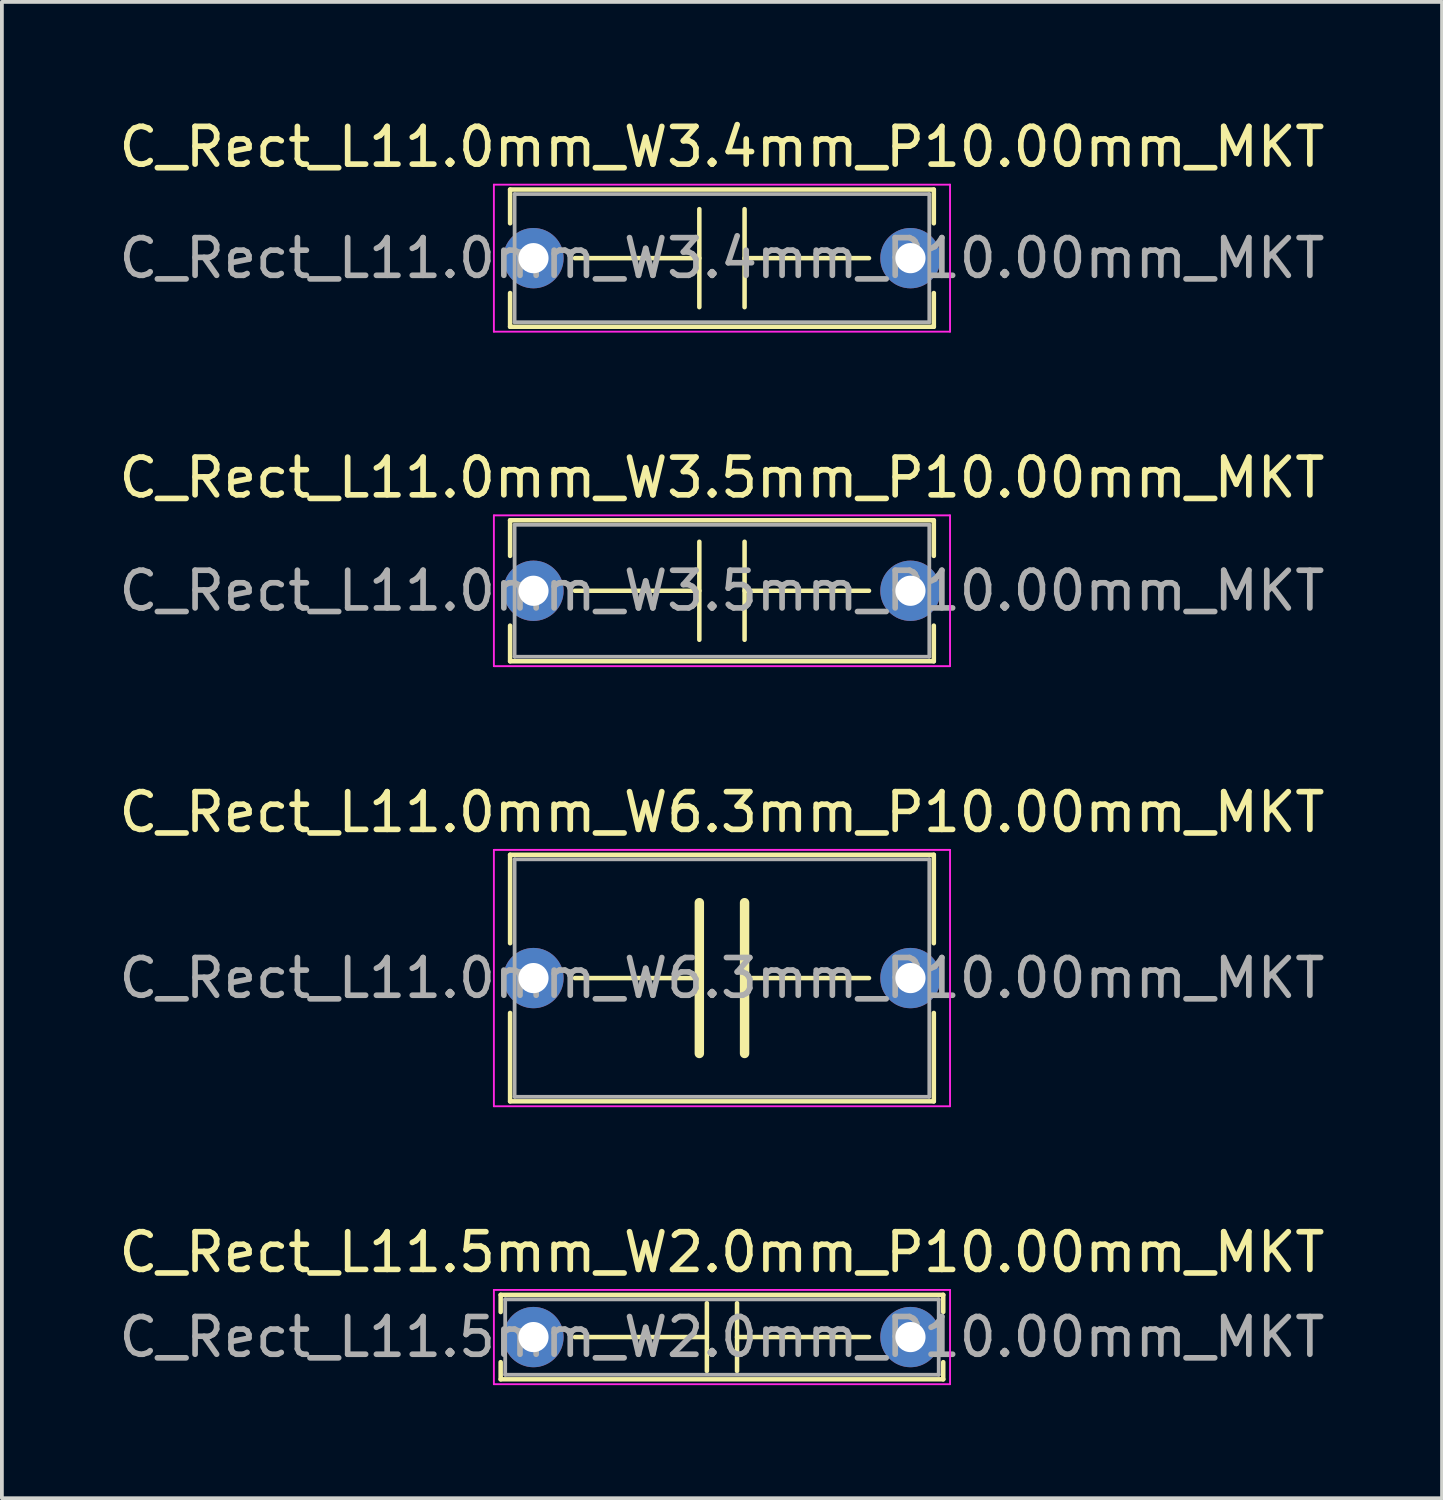
<source format=kicad_pcb>
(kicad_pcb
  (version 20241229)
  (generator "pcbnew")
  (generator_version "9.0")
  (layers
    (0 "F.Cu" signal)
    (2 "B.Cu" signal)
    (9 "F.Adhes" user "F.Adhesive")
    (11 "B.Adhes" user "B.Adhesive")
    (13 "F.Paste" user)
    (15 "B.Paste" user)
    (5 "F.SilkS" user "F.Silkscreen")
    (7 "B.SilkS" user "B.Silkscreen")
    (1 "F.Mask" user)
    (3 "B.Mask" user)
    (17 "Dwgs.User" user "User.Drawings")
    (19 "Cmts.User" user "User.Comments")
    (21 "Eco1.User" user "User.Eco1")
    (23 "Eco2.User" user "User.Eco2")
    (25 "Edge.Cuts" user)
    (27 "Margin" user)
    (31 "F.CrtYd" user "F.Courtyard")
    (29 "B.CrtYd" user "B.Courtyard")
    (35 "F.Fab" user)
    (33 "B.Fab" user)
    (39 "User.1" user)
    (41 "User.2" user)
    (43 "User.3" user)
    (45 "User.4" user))
  (footprint "C_Rect_L11.0mm_W3.4mm_P10.00mm_MKT"
    (layer "F.Cu")
    (at 11.101 3.798)
    (property "Reference" "C_Rect_L11.0mm_W3.4mm_P10.00mm_MKT" (at 5 -2.95 0) (layer "F.SilkS") (effects (font (size 1 1) (thickness 0.15))))
    (attr through_hole)
    (fp_line (start -0.62 -1.82) (end -0.62 -0.925) (stroke (width 0.12) (type solid)) (layer "F.SilkS"))
    (fp_line (start -0.62 -1.82) (end 10.62 -1.82) (stroke (width 0.12) (type solid)) (layer "F.SilkS"))
    (fp_line (start -0.62 0.925) (end -0.62 1.82) (stroke (width 0.12) (type solid)) (layer "F.SilkS"))
    (fp_line (start -0.62 1.82) (end 10.62 1.82) (stroke (width 0.12) (type solid)) (layer "F.SilkS"))
    (fp_line (start 1.1 0) (end 4.4 0) (stroke (width 0.12) (type solid)) (layer "F.SilkS"))
    (fp_line (start 4.4 1.3) (end 4.4 -1.3) (stroke (width 0.12) (type solid)) (layer "F.SilkS"))
    (fp_line (start 5.6 1.3) (end 5.6 -1.3) (stroke (width 0.12) (type solid)) (layer "F.SilkS"))
    (fp_line (start 8.9 0) (end 5.6 0) (stroke (width 0.12) (type solid)) (layer "F.SilkS"))
    (fp_line (start 10.62 -1.82) (end 10.62 -0.925) (stroke (width 0.12) (type solid)) (layer "F.SilkS"))
    (fp_line (start 10.62 0.925) (end 10.62 1.82) (stroke (width 0.12) (type solid)) (layer "F.SilkS"))
    (fp_line (start -1.05 -1.95) (end -1.05 1.95) (stroke (width 0.05) (type solid)) (layer "F.CrtYd"))
    (fp_line (start -1.05 1.95) (end 11.05 1.95) (stroke (width 0.05) (type solid)) (layer "F.CrtYd"))
    (fp_line (start 11.05 -1.95) (end -1.05 -1.95) (stroke (width 0.05) (type solid)) (layer "F.CrtYd"))
    (fp_line (start 11.05 1.95) (end 11.05 -1.95) (stroke (width 0.05) (type solid)) (layer "F.CrtYd"))
    (fp_line (start -0.5 -1.7) (end -0.5 1.7) (stroke (width 0.1) (type solid)) (layer "F.Fab"))
    (fp_line (start -0.5 1.7) (end 10.5 1.7) (stroke (width 0.1) (type solid)) (layer "F.Fab"))
    (fp_line (start 10.5 -1.7) (end -0.5 -1.7) (stroke (width 0.1) (type solid)) (layer "F.Fab"))
    (fp_line (start 10.5 1.7) (end 10.5 -1.7) (stroke (width 0.1) (type solid)) (layer "F.Fab"))
    (fp_text user "${REFERENCE}" (at 5 0 0) (layer "F.Fab") (effects (font (size 1 1) (thickness 0.15))))
    (pad "1" thru_hole circle (at 0 0) (size 1.6 1.6) (drill 0.8) (layers "*.Cu" "*.Mask"))
    (pad "2" thru_hole circle (at 10 0) (size 1.6 1.6) (drill 0.8) (layers "*.Cu" "*.Mask")))
  (footprint "C_Rect_L11.5mm_W2.0mm_P10.00mm_MKT"
    (layer "F.Cu")
    (at 11.101 32.418)
    (property "Reference" "C_Rect_L11.5mm_W2.0mm_P10.00mm_MKT" (at 5 -2.25 0) (layer "F.SilkS") (effects (font (size 1 1) (thickness 0.15))))
    (attr through_hole)
    (fp_line (start -0.87 -1.12) (end -0.87 -0.665) (stroke (width 0.12) (type solid)) (layer "F.SilkS"))
    (fp_line (start -0.87 -1.12) (end 10.87 -1.12) (stroke (width 0.12) (type solid)) (layer "F.SilkS"))
    (fp_line (start -0.87 0.665) (end -0.87 1.12) (stroke (width 0.12) (type solid)) (layer "F.SilkS"))
    (fp_line (start -0.87 1.12) (end 10.87 1.12) (stroke (width 0.12) (type solid)) (layer "F.SilkS"))
    (fp_line (start 1.1 0) (end 4.6 0) (stroke (width 0.12) (type solid)) (layer "F.SilkS"))
    (fp_line (start 4.6 0.9) (end 4.6 -0.9) (stroke (width 0.12) (type solid)) (layer "F.SilkS"))
    (fp_line (start 5.4 0.9) (end 5.4 -0.9) (stroke (width 0.12) (type solid)) (layer "F.SilkS"))
    (fp_line (start 8.9 0) (end 5.4 0) (stroke (width 0.12) (type solid)) (layer "F.SilkS"))
    (fp_line (start 10.87 -1.12) (end 10.87 -0.665) (stroke (width 0.12) (type solid)) (layer "F.SilkS"))
    (fp_line (start 10.87 0.665) (end 10.87 1.12) (stroke (width 0.12) (type solid)) (layer "F.SilkS"))
    (fp_line (start -1.05 -1.25) (end -1.05 1.25) (stroke (width 0.05) (type solid)) (layer "F.CrtYd"))
    (fp_line (start -1.05 1.25) (end 11.05 1.25) (stroke (width 0.05) (type solid)) (layer "F.CrtYd"))
    (fp_line (start 11.05 -1.25) (end -1.05 -1.25) (stroke (width 0.05) (type solid)) (layer "F.CrtYd"))
    (fp_line (start 11.05 1.25) (end 11.05 -1.25) (stroke (width 0.05) (type solid)) (layer "F.CrtYd"))
    (fp_line (start -0.75 -1) (end -0.75 1) (stroke (width 0.1) (type solid)) (layer "F.Fab"))
    (fp_line (start -0.75 1) (end 10.75 1) (stroke (width 0.1) (type solid)) (layer "F.Fab"))
    (fp_line (start 10.75 -1) (end -0.75 -1) (stroke (width 0.1) (type solid)) (layer "F.Fab"))
    (fp_line (start 10.75 1) (end 10.75 -1) (stroke (width 0.1) (type solid)) (layer "F.Fab"))
    (fp_text user "${REFERENCE}" (at 5 0 0) (layer "F.Fab") (effects (font (size 1 1) (thickness 0.15))))
    (pad "1" thru_hole circle (at 0 0) (size 1.6 1.6) (drill 0.8) (layers "*.Cu" "*.Mask"))
    (pad "2" thru_hole circle (at 10 0) (size 1.6 1.6) (drill 0.8) (layers "*.Cu" "*.Mask")))
  (footprint "C_Rect_L11.0mm_W3.5mm_P10.00mm_MKT"
    (layer "F.Cu")
    (at 11.101 12.621)
    (property "Reference" "C_Rect_L11.0mm_W3.5mm_P10.00mm_MKT" (at 5 -3 0) (layer "F.SilkS") (effects (font (size 1 1) (thickness 0.15))))
    (attr through_hole)
    (fp_line (start -0.62 -1.87) (end -0.62 -0.925) (stroke (width 0.12) (type solid)) (layer "F.SilkS"))
    (fp_line (start -0.62 -1.87) (end 10.62 -1.87) (stroke (width 0.12) (type solid)) (layer "F.SilkS"))
    (fp_line (start -0.62 0.925) (end -0.62 1.87) (stroke (width 0.12) (type solid)) (layer "F.SilkS"))
    (fp_line (start -0.62 1.87) (end 10.62 1.87) (stroke (width 0.12) (type solid)) (layer "F.SilkS"))
    (fp_line (start 1.1 0) (end 4.4 0) (stroke (width 0.12) (type solid)) (layer "F.SilkS"))
    (fp_line (start 4.4 1.3) (end 4.4 -1.3) (stroke (width 0.12) (type solid)) (layer "F.SilkS"))
    (fp_line (start 5.6 1.3) (end 5.6 -1.3) (stroke (width 0.12) (type solid)) (layer "F.SilkS"))
    (fp_line (start 8.9 0) (end 5.6 0) (stroke (width 0.12) (type solid)) (layer "F.SilkS"))
    (fp_line (start 10.62 -1.87) (end 10.62 -0.925) (stroke (width 0.12) (type solid)) (layer "F.SilkS"))
    (fp_line (start 10.62 0.925) (end 10.62 1.87) (stroke (width 0.12) (type solid)) (layer "F.SilkS"))
    (fp_line (start -1.05 -2) (end -1.05 2) (stroke (width 0.05) (type solid)) (layer "F.CrtYd"))
    (fp_line (start -1.05 2) (end 11.05 2) (stroke (width 0.05) (type solid)) (layer "F.CrtYd"))
    (fp_line (start 11.05 -2) (end -1.05 -2) (stroke (width 0.05) (type solid)) (layer "F.CrtYd"))
    (fp_line (start 11.05 2) (end 11.05 -2) (stroke (width 0.05) (type solid)) (layer "F.CrtYd"))
    (fp_line (start -0.5 -1.75) (end -0.5 1.75) (stroke (width 0.1) (type solid)) (layer "F.Fab"))
    (fp_line (start -0.5 1.75) (end 10.5 1.75) (stroke (width 0.1) (type solid)) (layer "F.Fab"))
    (fp_line (start 10.5 -1.75) (end -0.5 -1.75) (stroke (width 0.1) (type solid)) (layer "F.Fab"))
    (fp_line (start 10.5 1.75) (end 10.5 -1.75) (stroke (width 0.1) (type solid)) (layer "F.Fab"))
    (fp_text user "${REFERENCE}" (at 5 0 0) (layer "F.Fab") (effects (font (size 1 1) (thickness 0.15))))
    (pad "1" thru_hole circle (at 0 0) (size 1.6 1.6) (drill 0.8) (layers "*.Cu" "*.Mask"))
    (pad "2" thru_hole circle (at 10 0) (size 1.6 1.6) (drill 0.8) (layers "*.Cu" "*.Mask")))
  (footprint "C_Rect_L11.0mm_W6.3mm_P10.00mm_MKT"
    (layer "F.Cu")
    (at 11.101 22.895)
    (property "Reference" "C_Rect_L11.0mm_W6.3mm_P10.00mm_MKT" (at 5 -4.4 0) (layer "F.SilkS") (effects (font (size 1 1) (thickness 0.15))))
    (attr through_hole)
    (fp_line (start -0.62 -3.27) (end -0.62 -0.925) (stroke (width 0.12) (type solid)) (layer "F.SilkS"))
    (fp_line (start -0.62 -3.27) (end 10.62 -3.27) (stroke (width 0.12) (type solid)) (layer "F.SilkS"))
    (fp_line (start -0.62 0.925) (end -0.62 3.27) (stroke (width 0.12) (type solid)) (layer "F.SilkS"))
    (fp_line (start -0.62 3.27) (end 10.62 3.27) (stroke (width 0.12) (type solid)) (layer "F.SilkS"))
    (fp_line (start 1.1 0) (end 4.4 0) (stroke (width 0.12) (type solid)) (layer "F.SilkS"))
    (fp_line (start 4.4 2) (end 4.4 -2) (stroke (width 0.25) (type solid)) (layer "F.SilkS"))
    (fp_line (start 5.6 2) (end 5.6 -2) (stroke (width 0.25) (type solid)) (layer "F.SilkS"))
    (fp_line (start 8.9 0) (end 5.6 0) (stroke (width 0.12) (type solid)) (layer "F.SilkS"))
    (fp_line (start 10.62 -3.27) (end 10.62 -0.925) (stroke (width 0.12) (type solid)) (layer "F.SilkS"))
    (fp_line (start 10.62 0.925) (end 10.62 3.27) (stroke (width 0.12) (type solid)) (layer "F.SilkS"))
    (fp_line (start -1.05 -3.4) (end -1.05 3.4) (stroke (width 0.05) (type solid)) (layer "F.CrtYd"))
    (fp_line (start -1.05 3.4) (end 11.05 3.4) (stroke (width 0.05) (type solid)) (layer "F.CrtYd"))
    (fp_line (start 11.05 -3.4) (end -1.05 -3.4) (stroke (width 0.05) (type solid)) (layer "F.CrtYd"))
    (fp_line (start 11.05 3.4) (end 11.05 -3.4) (stroke (width 0.05) (type solid)) (layer "F.CrtYd"))
    (fp_line (start -0.5 -3.15) (end -0.5 3.15) (stroke (width 0.1) (type solid)) (layer "F.Fab"))
    (fp_line (start -0.5 3.15) (end 10.5 3.15) (stroke (width 0.1) (type solid)) (layer "F.Fab"))
    (fp_line (start 10.5 -3.15) (end -0.5 -3.15) (stroke (width 0.1) (type solid)) (layer "F.Fab"))
    (fp_line (start 10.5 3.15) (end 10.5 -3.15) (stroke (width 0.1) (type solid)) (layer "F.Fab"))
    (fp_text user "${REFERENCE}" (at 5 0 0) (layer "F.Fab") (effects (font (size 1 1) (thickness 0.15))))
    (pad "1" thru_hole circle (at 0 0) (size 1.6 1.6) (drill 0.8) (layers "*.Cu" "*.Mask"))
    (pad "2" thru_hole circle (at 10 0) (size 1.6 1.6) (drill 0.8) (layers "*.Cu" "*.Mask")))
  (gr_rect
    (start -3 -3)
    (end 35.202 36.693)
    (stroke (width 0.1) (type default))
    (fill no)
    (layer "Edge.Cuts")))
</source>
